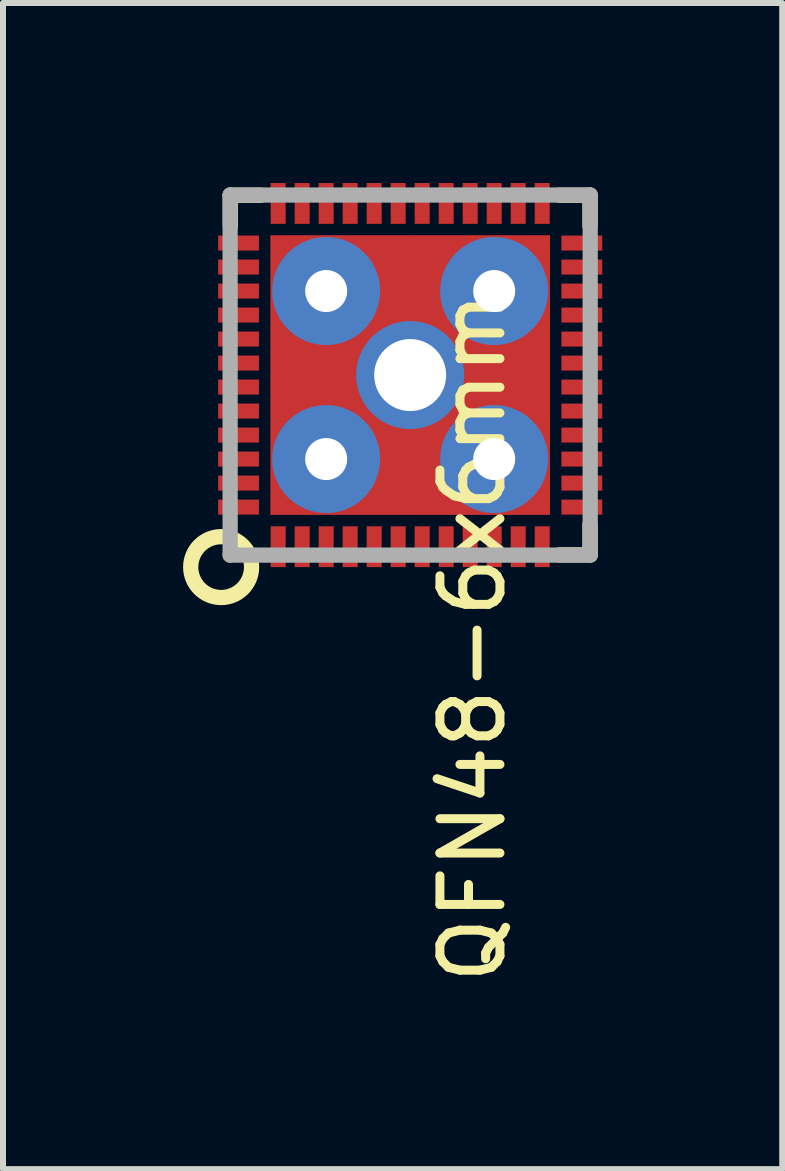
<source format=kicad_pcb>
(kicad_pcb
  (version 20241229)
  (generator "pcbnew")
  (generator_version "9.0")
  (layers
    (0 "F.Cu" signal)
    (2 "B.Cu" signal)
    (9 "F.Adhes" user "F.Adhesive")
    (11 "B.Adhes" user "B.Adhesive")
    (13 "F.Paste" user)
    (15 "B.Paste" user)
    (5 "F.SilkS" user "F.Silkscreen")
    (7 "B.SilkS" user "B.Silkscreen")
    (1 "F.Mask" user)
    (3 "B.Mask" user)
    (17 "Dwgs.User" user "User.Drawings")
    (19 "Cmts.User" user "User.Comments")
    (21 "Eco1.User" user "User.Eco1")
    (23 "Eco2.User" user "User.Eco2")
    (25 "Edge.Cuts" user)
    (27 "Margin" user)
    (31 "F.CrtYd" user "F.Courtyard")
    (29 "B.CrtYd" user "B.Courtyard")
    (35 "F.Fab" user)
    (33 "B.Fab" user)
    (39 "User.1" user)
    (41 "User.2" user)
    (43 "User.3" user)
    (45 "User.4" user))
  (footprint "QFN48-6x6mm"
    (layer "F.Cu")
    (at 3.785 3.2)
    (property "Reference" "QFN48-6x6mm" (at 1.041 4.369 90) (layer "F.SilkS") (effects (font (size 1 1) (thickness 0.15))))
    (attr smd)
    (fp_line (start -2.997 -2.997) (end -2.997 -2.489) (stroke (width 0.254) (type solid)) (layer "F.SilkS"))
    (fp_line (start -2.489 -2.997) (end -2.997 -2.997) (stroke (width 0.254) (type solid)) (layer "F.SilkS"))
    (fp_line (start 2.489 -2.997) (end 2.997 -2.997) (stroke (width 0.254) (type solid)) (layer "F.SilkS"))
    (fp_line (start 2.997 -2.997) (end 2.997 -2.489) (stroke (width 0.254) (type solid)) (layer "F.SilkS"))
    (fp_line (start 2.997 2.489) (end 2.997 2.997) (stroke (width 0.254) (type solid)) (layer "F.SilkS"))
    (fp_line (start 2.997 2.997) (end 2.489 2.997) (stroke (width 0.254) (type solid)) (layer "F.SilkS"))
    (fp_circle (center -3.15 3.2) (end -3.454 2.794) (stroke (width 0.254) (type solid)) (fill no) (layer "F.SilkS"))
    (fp_line (start -3 -3) (end 3 -3) (stroke (width 0.254) (type solid)) (layer "F.Fab"))
    (fp_line (start -3 3) (end -3 -3) (stroke (width 0.254) (type solid)) (layer "F.Fab"))
    (fp_line (start 3 -3) (end 3 3) (stroke (width 0.254) (type solid)) (layer "F.Fab"))
    (fp_line (start 3 3) (end -3 3) (stroke (width 0.254) (type solid)) (layer "F.Fab"))
    (pad "1" smd rect (at -2.2 2.86) (size 0.25 0.68) (layers "F.Cu" "F.Mask" "F.Paste"))
    (pad "2" smd rect (at -1.8 2.86) (size 0.25 0.68) (layers "F.Cu" "F.Mask" "F.Paste"))
    (pad "3" smd rect (at -1.4 2.86) (size 0.25 0.68) (layers "F.Cu" "F.Mask" "F.Paste"))
    (pad "4" smd rect (at -1 2.86) (size 0.25 0.68) (layers "F.Cu" "F.Mask" "F.Paste"))
    (pad "5" smd rect (at -0.6 2.86) (size 0.25 0.68) (layers "F.Cu" "F.Mask" "F.Paste"))
    (pad "6" smd rect (at -0.2 2.86) (size 0.25 0.68) (layers "F.Cu" "F.Mask" "F.Paste"))
    (pad "7" smd rect (at 0.2 2.86) (size 0.25 0.68) (layers "F.Cu" "F.Mask" "F.Paste"))
    (pad "8" smd rect (at 0.6 2.86) (size 0.25 0.68) (layers "F.Cu" "F.Mask" "F.Paste"))
    (pad "9" smd rect (at 1 2.86) (size 0.25 0.68) (layers "F.Cu" "F.Mask" "F.Paste"))
    (pad "10" smd rect (at 1.4 2.86) (size 0.25 0.68) (layers "F.Cu" "F.Mask" "F.Paste"))
    (pad "11" smd rect (at 1.8 2.86) (size 0.25 0.68) (layers "F.Cu" "F.Mask" "F.Paste"))
    (pad "12" smd rect (at 2.2 2.86) (size 0.25 0.68) (layers "F.Cu" "F.Mask" "F.Paste"))
    (pad "13" smd rect (at 2.86 2.2 90) (size 0.25 0.68) (layers "F.Cu" "F.Mask" "F.Paste"))
    (pad "14" smd rect (at 2.86 1.8 90) (size 0.25 0.68) (layers "F.Cu" "F.Mask" "F.Paste"))
    (pad "15" smd rect (at 2.86 1.4 90) (size 0.25 0.68) (layers "F.Cu" "F.Mask" "F.Paste"))
    (pad "16" smd rect (at 2.86 1 90) (size 0.25 0.68) (layers "F.Cu" "F.Mask" "F.Paste"))
    (pad "17" smd rect (at 2.86 0.6 90) (size 0.25 0.68) (layers "F.Cu" "F.Mask" "F.Paste"))
    (pad "18" smd rect (at 2.86 0.2 90) (size 0.25 0.68) (layers "F.Cu" "F.Mask" "F.Paste"))
    (pad "19" smd rect (at 2.86 -0.2 90) (size 0.25 0.68) (layers "F.Cu" "F.Mask" "F.Paste"))
    (pad "20" smd rect (at 2.86 -0.6 90) (size 0.25 0.68) (layers "F.Cu" "F.Mask" "F.Paste"))
    (pad "21" smd rect (at 2.86 -1 90) (size 0.25 0.68) (layers "F.Cu" "F.Mask" "F.Paste"))
    (pad "22" smd rect (at 2.86 -1.4 90) (size 0.25 0.68) (layers "F.Cu" "F.Mask" "F.Paste"))
    (pad "23" smd rect (at 2.86 -1.8 90) (size 0.25 0.68) (layers "F.Cu" "F.Mask" "F.Paste"))
    (pad "24" smd rect (at 2.86 -2.2 90) (size 0.25 0.68) (layers "F.Cu" "F.Mask" "F.Paste"))
    (pad "25" smd rect (at 2.2 -2.86 180) (size 0.25 0.68) (layers "F.Cu" "F.Mask" "F.Paste"))
    (pad "26" smd rect (at 1.8 -2.86 180) (size 0.25 0.68) (layers "F.Cu" "F.Mask" "F.Paste"))
    (pad "27" smd rect (at 1.4 -2.86 180) (size 0.25 0.68) (layers "F.Cu" "F.Mask" "F.Paste"))
    (pad "28" smd rect (at 1 -2.86 180) (size 0.25 0.68) (layers "F.Cu" "F.Mask" "F.Paste"))
    (pad "29" smd rect (at 0.6 -2.86 180) (size 0.25 0.68) (layers "F.Cu" "F.Mask" "F.Paste"))
    (pad "30" smd rect (at 0.2 -2.86 180) (size 0.25 0.68) (layers "F.Cu" "F.Mask" "F.Paste"))
    (pad "31" smd rect (at -0.2 -2.86 180) (size 0.25 0.68) (layers "F.Cu" "F.Mask" "F.Paste"))
    (pad "32" smd rect (at -0.6 -2.86 180) (size 0.25 0.68) (layers "F.Cu" "F.Mask" "F.Paste"))
    (pad "33" smd rect (at -1 -2.86 180) (size 0.25 0.68) (layers "F.Cu" "F.Mask" "F.Paste"))
    (pad "34" smd rect (at -1.4 -2.86 180) (size 0.25 0.68) (layers "F.Cu" "F.Mask" "F.Paste"))
    (pad "35" smd rect (at -1.8 -2.86 180) (size 0.25 0.68) (layers "F.Cu" "F.Mask" "F.Paste"))
    (pad "36" smd rect (at -2.2 -2.86 180) (size 0.25 0.68) (layers "F.Cu" "F.Mask" "F.Paste"))
    (pad "37" smd rect (at -2.86 -2.2 270) (size 0.25 0.68) (layers "F.Cu" "F.Mask" "F.Paste"))
    (pad "38" smd rect (at -2.86 -1.8 270) (size 0.25 0.68) (layers "F.Cu" "F.Mask" "F.Paste"))
    (pad "39" smd rect (at -2.86 -1.4 270) (size 0.25 0.68) (layers "F.Cu" "F.Mask" "F.Paste"))
    (pad "40" smd rect (at -2.86 -1 270) (size 0.25 0.68) (layers "F.Cu" "F.Mask" "F.Paste"))
    (pad "41" smd rect (at -2.86 -0.6 270) (size 0.25 0.68) (layers "F.Cu" "F.Mask" "F.Paste"))
    (pad "42" smd rect (at -2.86 -0.2 270) (size 0.25 0.68) (layers "F.Cu" "F.Mask" "F.Paste"))
    (pad "43" smd rect (at -2.86 0.2 270) (size 0.25 0.68) (layers "F.Cu" "F.Mask" "F.Paste"))
    (pad "44" smd rect (at -2.86 0.6 270) (size 0.25 0.68) (layers "F.Cu" "F.Mask" "F.Paste"))
    (pad "45" smd rect (at -2.86 1 270) (size 0.25 0.68) (layers "F.Cu" "F.Mask" "F.Paste"))
    (pad "46" smd rect (at -2.86 1.4 270) (size 0.25 0.68) (layers "F.Cu" "F.Mask" "F.Paste"))
    (pad "47" smd rect (at -2.86 1.8 270) (size 0.25 0.68) (layers "F.Cu" "F.Mask" "F.Paste"))
    (pad "48" smd rect (at -2.86 2.2 270) (size 0.25 0.68) (layers "F.Cu" "F.Mask" "F.Paste"))
    (pad "49" smd oval (at -1.6 0 90) (size 1.8 1.4) (layers "F.Cu" "F.Mask" "F.Paste"))
    (pad "49" thru_hole oval (at -1.4 -1.4) (size 1.8 1.8) (drill 0.7) (layers "*.Cu" "*.Mask"))
    (pad "49" thru_hole oval (at -1.4 1.4) (size 1.8 1.8) (drill 0.7) (layers "*.Cu" "*.Mask"))
    (pad "49" smd rect (at -1.165 -1.165) (size 2.33 2.33) (layers "F.Cu" "F.Mask"))
    (pad "49" smd rect (at -1.165 1.165) (size 2.33 2.33) (layers "F.Cu" "F.Mask"))
    (pad "49" smd oval (at 0 -1.6) (size 1.8 1.4) (layers "F.Cu" "F.Mask" "F.Paste"))
    (pad "49" thru_hole oval (at 0 0) (size 1.8 1.8) (drill 1.2) (layers "*.Cu" "*.Mask"))
    (pad "49" smd oval (at 0 1.6) (size 1.8 1.4) (layers "F.Cu" "F.Mask" "F.Paste"))
    (pad "49" smd rect (at 1.165 -1.165) (size 2.33 2.33) (layers "F.Cu" "F.Mask"))
    (pad "49" smd rect (at 1.165 1.165) (size 2.33 2.33) (layers "F.Cu" "F.Mask"))
    (pad "49" thru_hole oval (at 1.4 -1.4) (size 1.8 1.8) (drill 0.7) (layers "*.Cu" "*.Mask"))
    (pad "49" thru_hole oval (at 1.4 1.4) (size 1.8 1.8) (drill 0.7) (layers "*.Cu" "*.Mask"))
    (pad "49" smd oval (at 1.6 0 90) (size 1.8 1.4) (layers "F.Cu" "F.Mask" "F.Paste")))
  (gr_rect
    (start -3 -3)
    (end 9.985 16.432)
    (stroke (width 0.1) (type default))
    (fill no)
    (layer "Edge.Cuts")))
</source>
